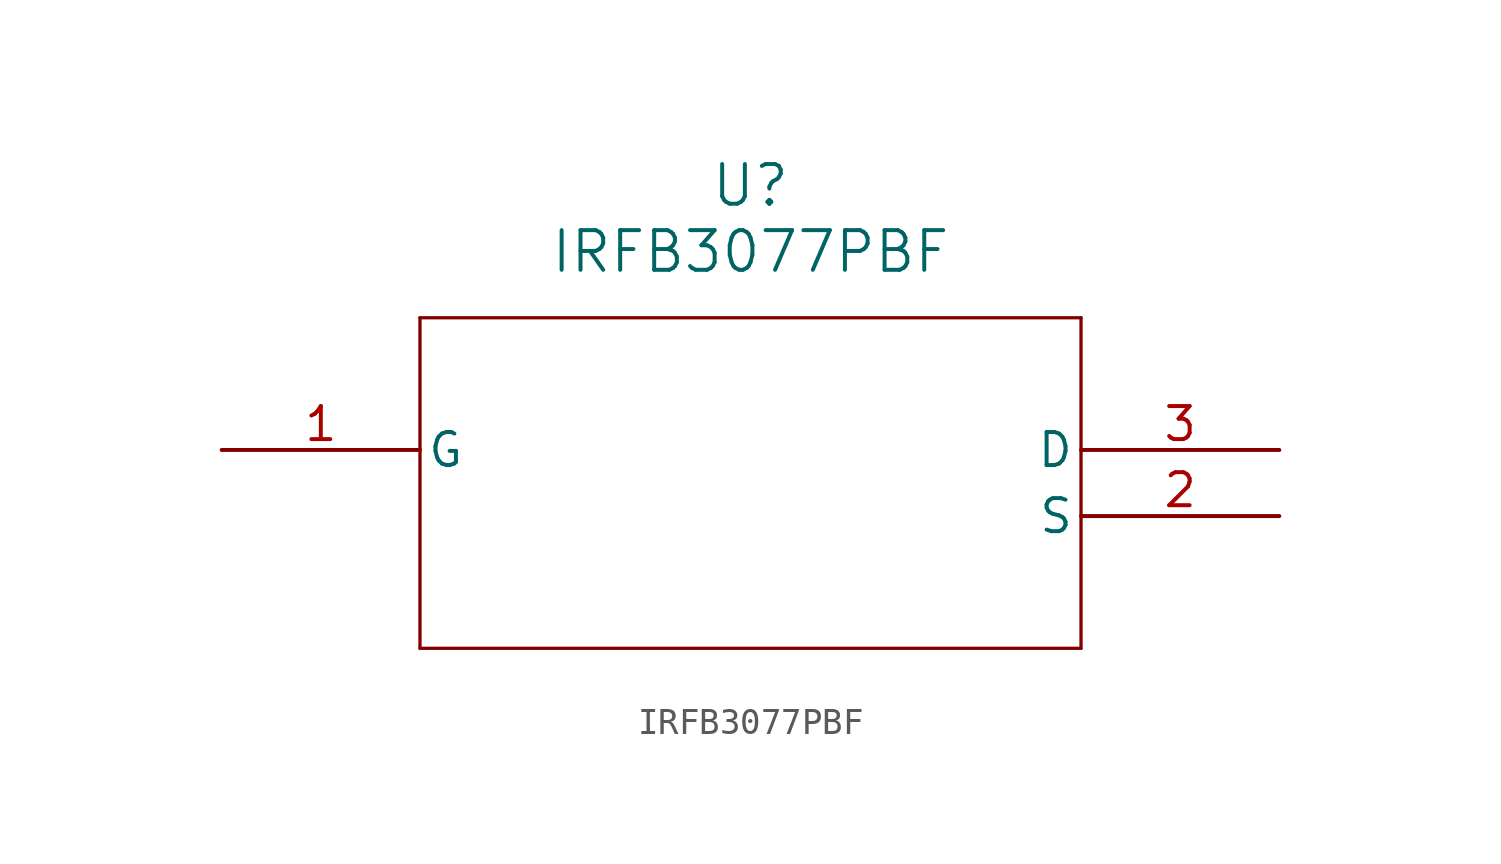
<source format=kicad_sym>
(kicad_symbol_lib
  (version 20211014)
  (generator kicad_symbol_editor)
  (symbol "IRFB3077PBF"
    (pin_names
      (offset 0.254))
    (property "Reference" "U"
      (at 20.32 10.16 0)
      (effects (font (size 1.524 1.524))))
    (property "Value" "IRFB3077PBF"
      (at 20.32 7.62 0)
      (effects (font (size 1.524 1.524))))
    (symbol "IRFB3077PBF_0_1"
      (polyline (pts (xy 7.62 5.08) (xy 7.62 -7.62)) (stroke (width 0.127) (type default) (color 0 0 0 0)) (fill (type none)))
      (polyline (pts (xy 7.62 -7.62) (xy 33.02 -7.62)) (stroke (width 0.127) (type default) (color 0 0 0 0)) (fill (type none)))
      (polyline (pts (xy 33.02 -7.62) (xy 33.02 5.08)) (stroke (width 0.127) (type default) (color 0 0 0 0)) (fill (type none)))
      (polyline (pts (xy 33.02 5.08) (xy 7.62 5.08)) (stroke (width 0.127) (type default) (color 0 0 0 0)) (fill (type none)))
      (pin unspecified line (at 0 0 0) (length 7.62) (name "G" (effects (font (size 1.27 1.27)))) (number "1" (effects (font (size 1.27 1.27)))))
      (pin unspecified line (at 40.64 -2.54 180) (length 7.62) (name "S" (effects (font (size 1.27 1.27)))) (number "2" (effects (font (size 1.27 1.27)))))
      (pin unspecified line (at 40.64 0 180) (length 7.62) (name "D" (effects (font (size 1.27 1.27)))) (number "3" (effects (font (size 1.27 1.27))))))))
</source>
